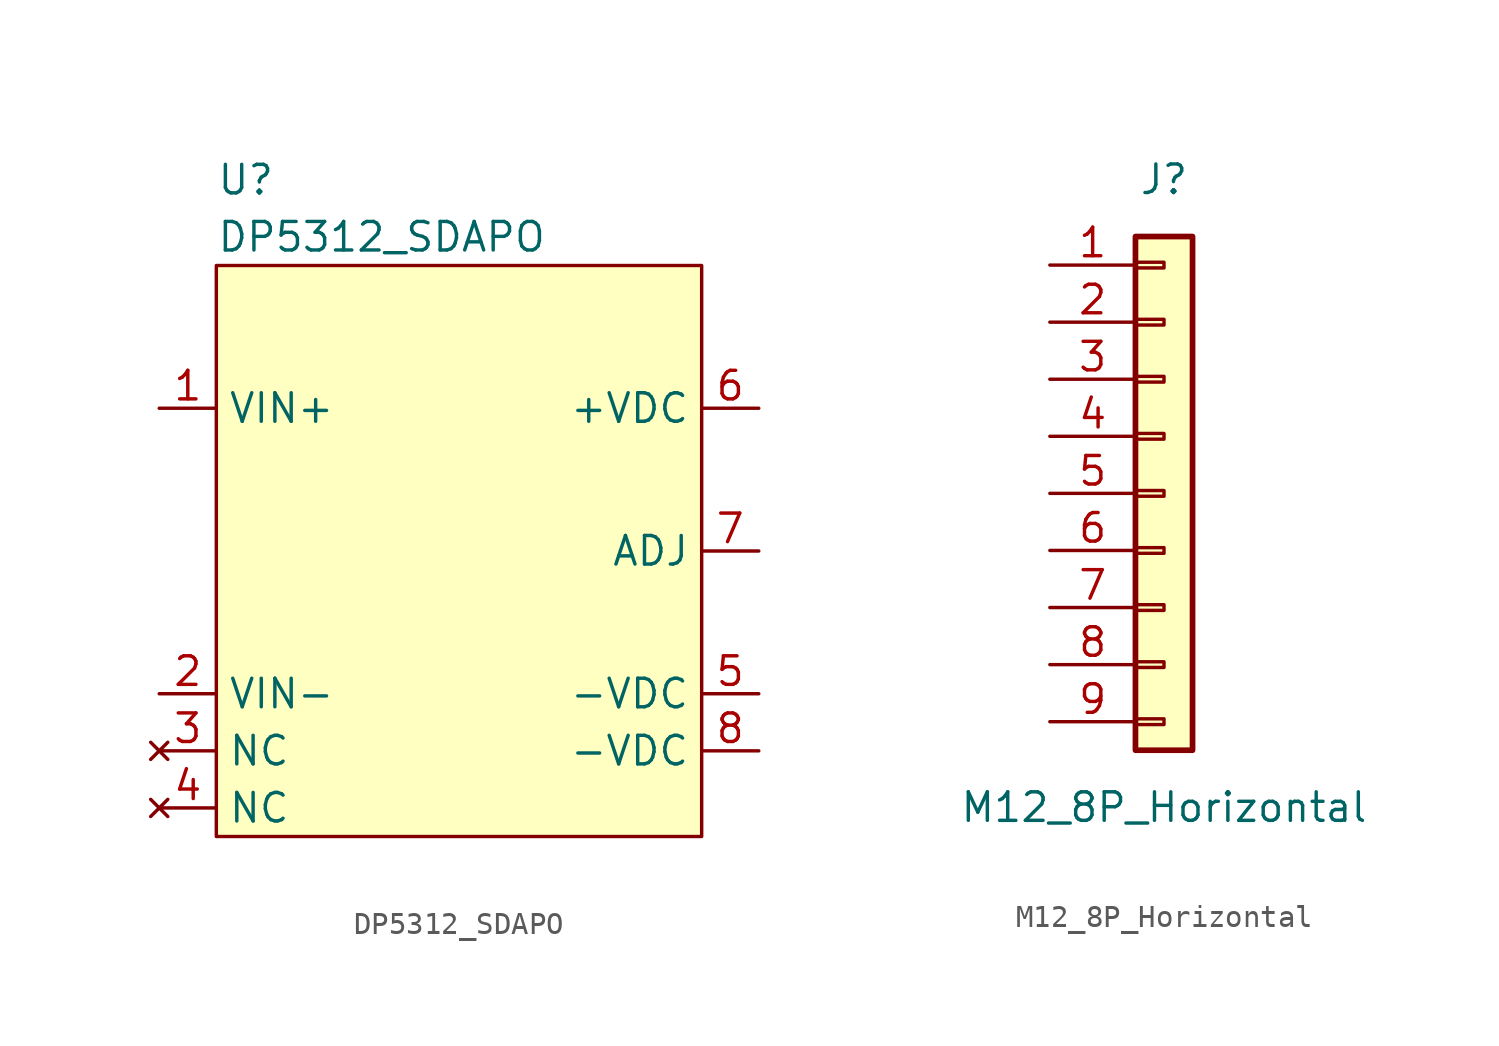
<source format=kicad_sym>
(kicad_symbol_lib
  (version 20211014)
  (generator kicad_symbol_editor)
  (symbol "DP5312_SDAPO"
    (property "Reference" "U"
      (at -11.43 16.51 0)
      (effects (font (size 1.27 1.27)) (justify left)))
    (property "Value" "DP5312_SDAPO"
      (at -11.43 13.97 0)
      (effects (font (size 1.27 1.27)) (justify left)))
    (symbol "DP5312_SDAPO_0_1"
      (rectangle (start -11.43 12.7) (end 10.16 -12.7) (stroke (width 0) (type default) (color 0 0 0 0)) (fill (type background))))
    (symbol "DP5312_SDAPO_1_1"
      (pin input line (at -13.97 6.35 0) (length 2.54) (name "VIN+" (effects (font (size 1.27 1.27)))) (number "1" (effects (font (size 1.27 1.27)))))
      (pin input line (at -13.97 -6.35 0) (length 2.54) (name "VIN-" (effects (font (size 1.27 1.27)))) (number "2" (effects (font (size 1.27 1.27)))))
      (pin no_connect line (at -13.97 -8.89 0) (length 2.54) (name "NC" (effects (font (size 1.27 1.27)))) (number "3" (effects (font (size 1.27 1.27)))))
      (pin no_connect line (at -13.97 -11.43 0) (length 2.54) (name "NC" (effects (font (size 1.27 1.27)))) (number "4" (effects (font (size 1.27 1.27)))))
      (pin output line (at 12.7 -6.35 180) (length 2.54) (name "-VDC" (effects (font (size 1.27 1.27)))) (number "5" (effects (font (size 1.27 1.27)))))
      (pin output line (at 12.7 6.35 180) (length 2.54) (name "+VDC" (effects (font (size 1.27 1.27)))) (number "6" (effects (font (size 1.27 1.27)))))
      (pin input line (at 12.7 0 180) (length 2.54) (name "ADJ" (effects (font (size 1.27 1.27)))) (number "7" (effects (font (size 1.27 1.27)))))
      (pin output line (at 12.7 -8.89 180) (length 2.54) (name "-VDC" (effects (font (size 1.27 1.27)))) (number "8" (effects (font (size 1.27 1.27)))))))
  (symbol "M12_8P_Horizontal"
    (pin_names
      (offset 1.016) hide)
    (property "Reference" "J"
      (at 0 12.7 0)
      (effects (font (size 1.27 1.27))))
    (property "Value" "M12_8P_Horizontal"
      (at 0 -15.24 0)
      (effects (font (size 1.27 1.27))))
    (symbol "M12_8P_Horizontal_1_1"
      (rectangle (start -1.27 -11.303) (end 0 -11.557) (stroke (width 0.152) (type default) (color 0 0 0 0)) (fill (type none)))
      (rectangle (start -1.27 -8.763) (end 0 -9.017) (stroke (width 0.152) (type default) (color 0 0 0 0)) (fill (type none)))
      (rectangle (start -1.27 -6.223) (end 0 -6.477) (stroke (width 0.152) (type default) (color 0 0 0 0)) (fill (type none)))
      (rectangle (start -1.27 -3.683) (end 0 -3.937) (stroke (width 0.152) (type default) (color 0 0 0 0)) (fill (type none)))
      (rectangle (start -1.27 -1.143) (end 0 -1.397) (stroke (width 0.152) (type default) (color 0 0 0 0)) (fill (type none)))
      (rectangle (start -1.27 1.397) (end 0 1.143) (stroke (width 0.152) (type default) (color 0 0 0 0)) (fill (type none)))
      (rectangle (start -1.27 3.937) (end 0 3.683) (stroke (width 0.152) (type default) (color 0 0 0 0)) (fill (type none)))
      (rectangle (start -1.27 6.477) (end 0 6.223) (stroke (width 0.152) (type default) (color 0 0 0 0)) (fill (type none)))
      (rectangle (start -1.27 9.017) (end 0 8.763) (stroke (width 0.152) (type default) (color 0 0 0 0)) (fill (type none)))
      (rectangle (start -1.27 10.16) (end 1.27 -12.7) (stroke (width 0.254) (type default) (color 0 0 0 0)) (fill (type background)))
      (pin passive line (at -5.08 8.89 0) (length 3.81) (name "Pin_1" (effects (font (size 1.27 1.27)))) (number "1" (effects (font (size 1.27 1.27)))))
      (pin passive line (at -5.08 6.35 0) (length 3.81) (name "Pin_2" (effects (font (size 1.27 1.27)))) (number "2" (effects (font (size 1.27 1.27)))))
      (pin passive line (at -5.08 3.81 0) (length 3.81) (name "Pin_3" (effects (font (size 1.27 1.27)))) (number "3" (effects (font (size 1.27 1.27)))))
      (pin passive line (at -5.08 1.27 0) (length 3.81) (name "Pin_4" (effects (font (size 1.27 1.27)))) (number "4" (effects (font (size 1.27 1.27)))))
      (pin passive line (at -5.08 -1.27 0) (length 3.81) (name "Pin_5" (effects (font (size 1.27 1.27)))) (number "5" (effects (font (size 1.27 1.27)))))
      (pin passive line (at -5.08 -3.81 0) (length 3.81) (name "Pin_6" (effects (font (size 1.27 1.27)))) (number "6" (effects (font (size 1.27 1.27)))))
      (pin passive line (at -5.08 -6.35 0) (length 3.81) (name "Pin_7" (effects (font (size 1.27 1.27)))) (number "7" (effects (font (size 1.27 1.27)))))
      (pin passive line (at -5.08 -8.89 0) (length 3.81) (name "Pin_8" (effects (font (size 1.27 1.27)))) (number "8" (effects (font (size 1.27 1.27)))))
      (pin passive line (at -5.08 -11.43 0) (length 3.81) (name "Pin_9" (effects (font (size 1.27 1.27)))) (number "9" (effects (font (size 1.27 1.27))))))))
</source>
